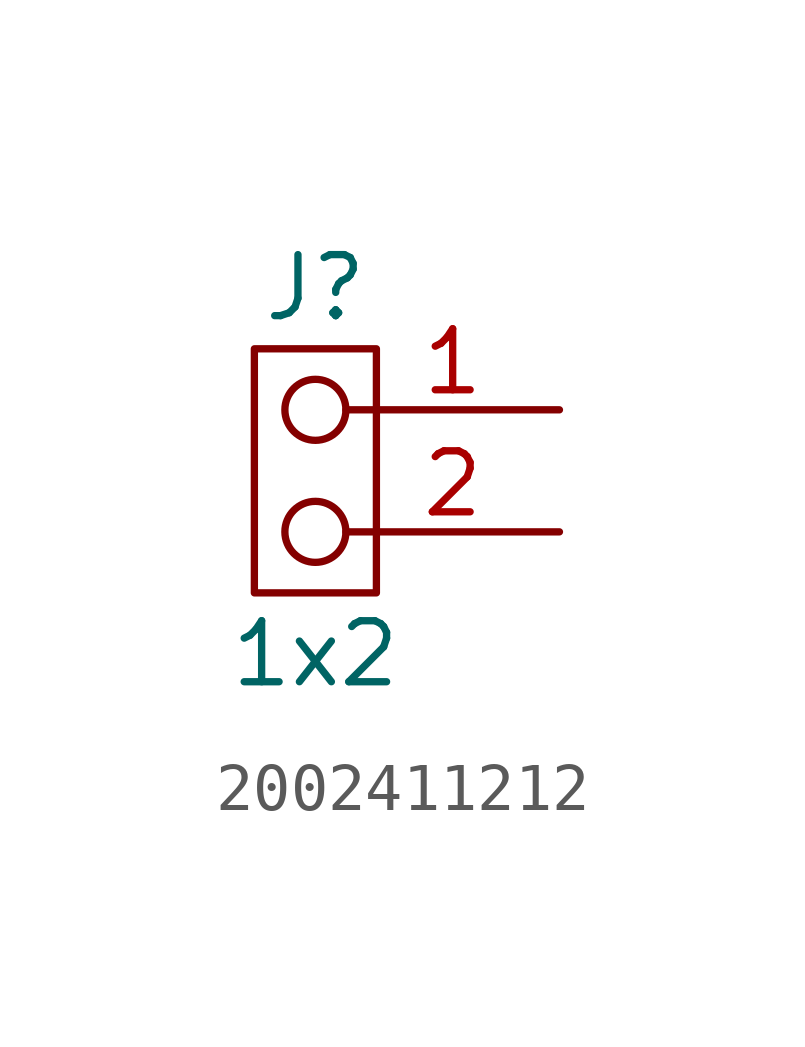
<source format=kicad_sym>
(kicad_symbol_lib
  (version 20241209)
  (generator "kicad_symbol_editor")
  (generator_version "9.0")
  (symbol "2002411212"
    (property "Reference" "J"
      (at 0 5.08 0)
      (effects (font (size 1.27 1.27))))
    (property "Value" "1x2"
      (at 0 -2.54 0)
      (effects (font (size 1.27 1.27))))
    (symbol "2002411212_0_1"
      (rectangle (start -1.27 3.81) (end 1.27 -1.27) (stroke (width 0) (type default)) (fill (type none)))
      (circle (center 0 2.54) (radius 0.635) (stroke (width 0) (type default)) (fill (type none)))
      (circle (center 0 0) (radius 0.635) (stroke (width 0) (type default)) (fill (type none))))
    (symbol "2002411212_1_1"
      (pin bidirectional line (at 5.08 2.54 180) (length 4.445) (name "1" (effects (font (size 0 0)))) (number "1" (effects (font (size 1.27 1.27)))))
      (pin bidirectional line (at 5.08 0 180) (length 4.445) (name "2" (effects (font (size 0 0)))) (number "2" (effects (font (size 1.27 1.27))))))))
</source>
